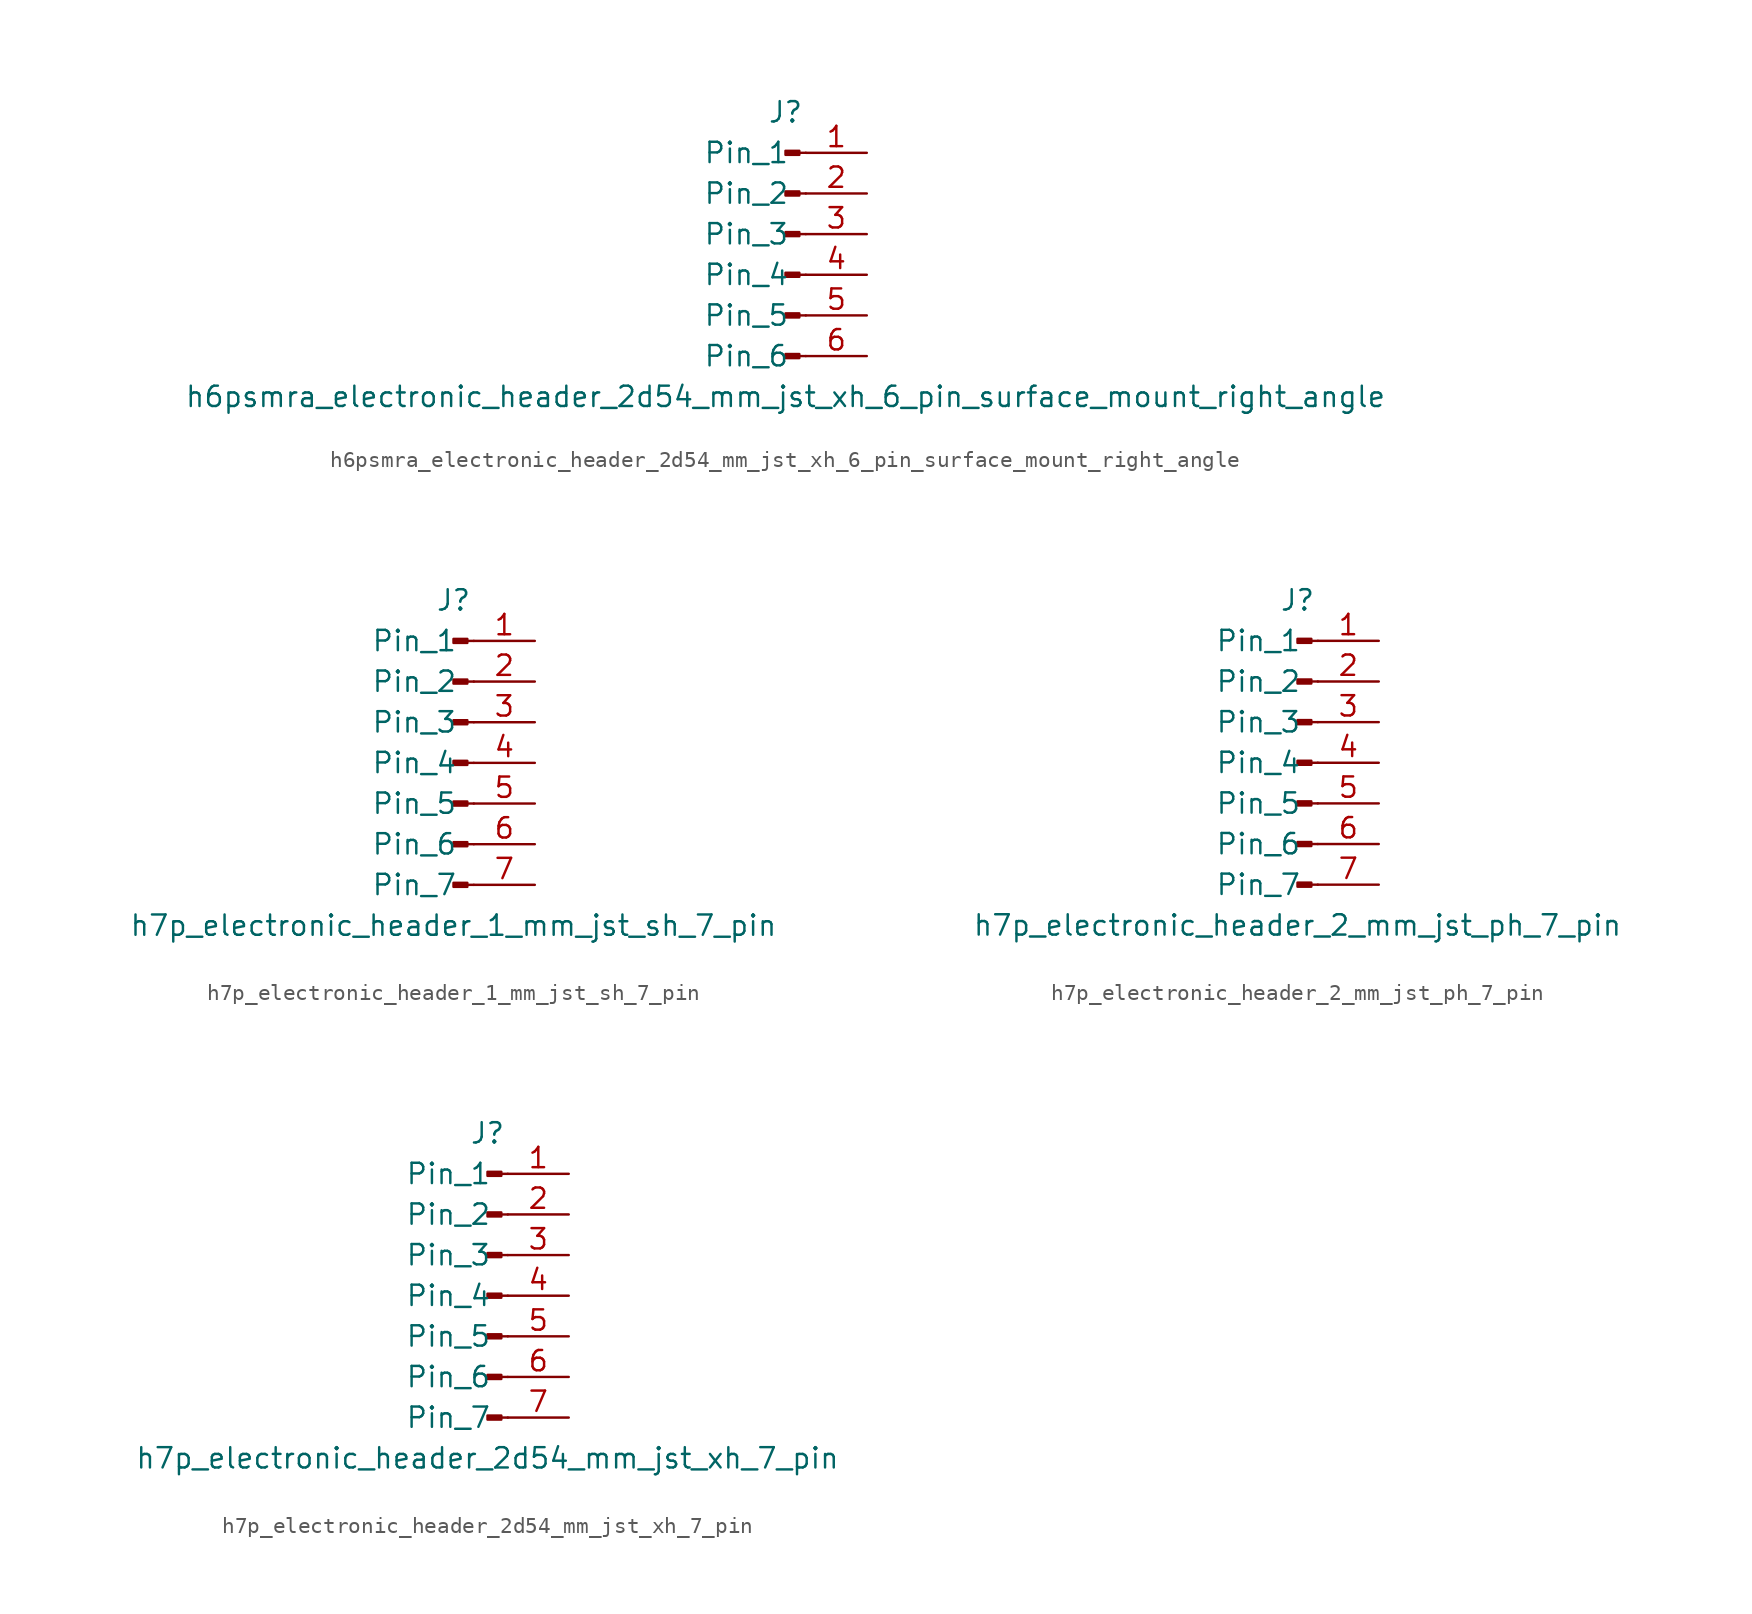
<source format=kicad_sym>
(kicad_symbol_lib
  (version 20220914)
  (generator kicad_symbol_editor)
  (symbol "h6psmra_electronic_header_2d54_mm_jst_xh_6_pin_surface_mount_right_angle"
    (pin_names
      (offset 1.016))
    (property "Reference" "J"
      (at 0 7.62 0)
      (effects (font (size 1.27 1.27))))
    (property "Value" "h6psmra_electronic_header_2d54_mm_jst_xh_6_pin_surface_mount_right_angle"
      (at 0 -10.16 0)
      (effects (font (size 1.27 1.27))))
    (property "ki_locked" ""
      (at 0 0 0)
      (effects (font (size 1.27 1.27))))
    (symbol "h6psmra_electronic_header_2d54_mm_jst_xh_6_pin_surface_mount_right_angle_1_1"
      (polyline (pts (xy 1.27 -7.62) (xy 0.864 -7.62)) (stroke (width 0.152) (type default)) (fill (type none)))
      (polyline (pts (xy 1.27 -5.08) (xy 0.864 -5.08)) (stroke (width 0.152) (type default)) (fill (type none)))
      (polyline (pts (xy 1.27 -2.54) (xy 0.864 -2.54)) (stroke (width 0.152) (type default)) (fill (type none)))
      (polyline (pts (xy 1.27 0) (xy 0.864 0)) (stroke (width 0.152) (type default)) (fill (type none)))
      (polyline (pts (xy 1.27 2.54) (xy 0.864 2.54)) (stroke (width 0.152) (type default)) (fill (type none)))
      (polyline (pts (xy 1.27 5.08) (xy 0.864 5.08)) (stroke (width 0.152) (type default)) (fill (type none)))
      (rectangle (start 0.864 -7.493) (end 0 -7.747) (stroke (width 0.152) (type default)) (fill (type outline)))
      (rectangle (start 0.864 -4.953) (end 0 -5.207) (stroke (width 0.152) (type default)) (fill (type outline)))
      (rectangle (start 0.864 -2.413) (end 0 -2.667) (stroke (width 0.152) (type default)) (fill (type outline)))
      (rectangle (start 0.864 0.127) (end 0 -0.127) (stroke (width 0.152) (type default)) (fill (type outline)))
      (rectangle (start 0.864 2.667) (end 0 2.413) (stroke (width 0.152) (type default)) (fill (type outline)))
      (rectangle (start 0.864 5.207) (end 0 4.953) (stroke (width 0.152) (type default)) (fill (type outline)))
      (pin passive line (at 5.08 5.08 180) (length 3.81) (name "Pin_1" (effects (font (size 1.27 1.27)))) (number "1" (effects (font (size 1.27 1.27)))))
      (pin passive line (at 5.08 2.54 180) (length 3.81) (name "Pin_2" (effects (font (size 1.27 1.27)))) (number "2" (effects (font (size 1.27 1.27)))))
      (pin passive line (at 5.08 0 180) (length 3.81) (name "Pin_3" (effects (font (size 1.27 1.27)))) (number "3" (effects (font (size 1.27 1.27)))))
      (pin passive line (at 5.08 -2.54 180) (length 3.81) (name "Pin_4" (effects (font (size 1.27 1.27)))) (number "4" (effects (font (size 1.27 1.27)))))
      (pin passive line (at 5.08 -5.08 180) (length 3.81) (name "Pin_5" (effects (font (size 1.27 1.27)))) (number "5" (effects (font (size 1.27 1.27)))))
      (pin passive line (at 5.08 -7.62 180) (length 3.81) (name "Pin_6" (effects (font (size 1.27 1.27)))) (number "6" (effects (font (size 1.27 1.27)))))))
  (symbol "h7p_electronic_header_1_mm_jst_sh_7_pin"
    (pin_names
      (offset 1.016))
    (property "Reference" "J"
      (at 0 10.16 0)
      (effects (font (size 1.27 1.27))))
    (property "Value" "h7p_electronic_header_1_mm_jst_sh_7_pin"
      (at 0 -10.16 0)
      (effects (font (size 1.27 1.27))))
    (property "ki_locked" ""
      (at 0 0 0)
      (effects (font (size 1.27 1.27))))
    (symbol "h7p_electronic_header_1_mm_jst_sh_7_pin_1_1"
      (polyline (pts (xy 1.27 -7.62) (xy 0.864 -7.62)) (stroke (width 0.152) (type default)) (fill (type none)))
      (polyline (pts (xy 1.27 -5.08) (xy 0.864 -5.08)) (stroke (width 0.152) (type default)) (fill (type none)))
      (polyline (pts (xy 1.27 -2.54) (xy 0.864 -2.54)) (stroke (width 0.152) (type default)) (fill (type none)))
      (polyline (pts (xy 1.27 0) (xy 0.864 0)) (stroke (width 0.152) (type default)) (fill (type none)))
      (polyline (pts (xy 1.27 2.54) (xy 0.864 2.54)) (stroke (width 0.152) (type default)) (fill (type none)))
      (polyline (pts (xy 1.27 5.08) (xy 0.864 5.08)) (stroke (width 0.152) (type default)) (fill (type none)))
      (polyline (pts (xy 1.27 7.62) (xy 0.864 7.62)) (stroke (width 0.152) (type default)) (fill (type none)))
      (rectangle (start 0.864 -7.493) (end 0 -7.747) (stroke (width 0.152) (type default)) (fill (type outline)))
      (rectangle (start 0.864 -4.953) (end 0 -5.207) (stroke (width 0.152) (type default)) (fill (type outline)))
      (rectangle (start 0.864 -2.413) (end 0 -2.667) (stroke (width 0.152) (type default)) (fill (type outline)))
      (rectangle (start 0.864 0.127) (end 0 -0.127) (stroke (width 0.152) (type default)) (fill (type outline)))
      (rectangle (start 0.864 2.667) (end 0 2.413) (stroke (width 0.152) (type default)) (fill (type outline)))
      (rectangle (start 0.864 5.207) (end 0 4.953) (stroke (width 0.152) (type default)) (fill (type outline)))
      (rectangle (start 0.864 7.747) (end 0 7.493) (stroke (width 0.152) (type default)) (fill (type outline)))
      (pin passive line (at 5.08 7.62 180) (length 3.81) (name "Pin_1" (effects (font (size 1.27 1.27)))) (number "1" (effects (font (size 1.27 1.27)))))
      (pin passive line (at 5.08 5.08 180) (length 3.81) (name "Pin_2" (effects (font (size 1.27 1.27)))) (number "2" (effects (font (size 1.27 1.27)))))
      (pin passive line (at 5.08 2.54 180) (length 3.81) (name "Pin_3" (effects (font (size 1.27 1.27)))) (number "3" (effects (font (size 1.27 1.27)))))
      (pin passive line (at 5.08 0 180) (length 3.81) (name "Pin_4" (effects (font (size 1.27 1.27)))) (number "4" (effects (font (size 1.27 1.27)))))
      (pin passive line (at 5.08 -2.54 180) (length 3.81) (name "Pin_5" (effects (font (size 1.27 1.27)))) (number "5" (effects (font (size 1.27 1.27)))))
      (pin passive line (at 5.08 -5.08 180) (length 3.81) (name "Pin_6" (effects (font (size 1.27 1.27)))) (number "6" (effects (font (size 1.27 1.27)))))
      (pin passive line (at 5.08 -7.62 180) (length 3.81) (name "Pin_7" (effects (font (size 1.27 1.27)))) (number "7" (effects (font (size 1.27 1.27)))))))
  (symbol "h7p_electronic_header_2_mm_jst_ph_7_pin"
    (pin_names
      (offset 1.016))
    (property "Reference" "J"
      (at 0 10.16 0)
      (effects (font (size 1.27 1.27))))
    (property "Value" "h7p_electronic_header_2_mm_jst_ph_7_pin"
      (at 0 -10.16 0)
      (effects (font (size 1.27 1.27))))
    (property "ki_locked" ""
      (at 0 0 0)
      (effects (font (size 1.27 1.27))))
    (symbol "h7p_electronic_header_2_mm_jst_ph_7_pin_1_1"
      (polyline (pts (xy 1.27 -7.62) (xy 0.864 -7.62)) (stroke (width 0.152) (type default)) (fill (type none)))
      (polyline (pts (xy 1.27 -5.08) (xy 0.864 -5.08)) (stroke (width 0.152) (type default)) (fill (type none)))
      (polyline (pts (xy 1.27 -2.54) (xy 0.864 -2.54)) (stroke (width 0.152) (type default)) (fill (type none)))
      (polyline (pts (xy 1.27 0) (xy 0.864 0)) (stroke (width 0.152) (type default)) (fill (type none)))
      (polyline (pts (xy 1.27 2.54) (xy 0.864 2.54)) (stroke (width 0.152) (type default)) (fill (type none)))
      (polyline (pts (xy 1.27 5.08) (xy 0.864 5.08)) (stroke (width 0.152) (type default)) (fill (type none)))
      (polyline (pts (xy 1.27 7.62) (xy 0.864 7.62)) (stroke (width 0.152) (type default)) (fill (type none)))
      (rectangle (start 0.864 -7.493) (end 0 -7.747) (stroke (width 0.152) (type default)) (fill (type outline)))
      (rectangle (start 0.864 -4.953) (end 0 -5.207) (stroke (width 0.152) (type default)) (fill (type outline)))
      (rectangle (start 0.864 -2.413) (end 0 -2.667) (stroke (width 0.152) (type default)) (fill (type outline)))
      (rectangle (start 0.864 0.127) (end 0 -0.127) (stroke (width 0.152) (type default)) (fill (type outline)))
      (rectangle (start 0.864 2.667) (end 0 2.413) (stroke (width 0.152) (type default)) (fill (type outline)))
      (rectangle (start 0.864 5.207) (end 0 4.953) (stroke (width 0.152) (type default)) (fill (type outline)))
      (rectangle (start 0.864 7.747) (end 0 7.493) (stroke (width 0.152) (type default)) (fill (type outline)))
      (pin passive line (at 5.08 7.62 180) (length 3.81) (name "Pin_1" (effects (font (size 1.27 1.27)))) (number "1" (effects (font (size 1.27 1.27)))))
      (pin passive line (at 5.08 5.08 180) (length 3.81) (name "Pin_2" (effects (font (size 1.27 1.27)))) (number "2" (effects (font (size 1.27 1.27)))))
      (pin passive line (at 5.08 2.54 180) (length 3.81) (name "Pin_3" (effects (font (size 1.27 1.27)))) (number "3" (effects (font (size 1.27 1.27)))))
      (pin passive line (at 5.08 0 180) (length 3.81) (name "Pin_4" (effects (font (size 1.27 1.27)))) (number "4" (effects (font (size 1.27 1.27)))))
      (pin passive line (at 5.08 -2.54 180) (length 3.81) (name "Pin_5" (effects (font (size 1.27 1.27)))) (number "5" (effects (font (size 1.27 1.27)))))
      (pin passive line (at 5.08 -5.08 180) (length 3.81) (name "Pin_6" (effects (font (size 1.27 1.27)))) (number "6" (effects (font (size 1.27 1.27)))))
      (pin passive line (at 5.08 -7.62 180) (length 3.81) (name "Pin_7" (effects (font (size 1.27 1.27)))) (number "7" (effects (font (size 1.27 1.27)))))))
  (symbol "h7p_electronic_header_2d54_mm_jst_xh_7_pin"
    (pin_names
      (offset 1.016))
    (property "Reference" "J"
      (at 0 10.16 0)
      (effects (font (size 1.27 1.27))))
    (property "Value" "h7p_electronic_header_2d54_mm_jst_xh_7_pin"
      (at 0 -10.16 0)
      (effects (font (size 1.27 1.27))))
    (property "ki_locked" ""
      (at 0 0 0)
      (effects (font (size 1.27 1.27))))
    (symbol "h7p_electronic_header_2d54_mm_jst_xh_7_pin_1_1"
      (polyline (pts (xy 1.27 -7.62) (xy 0.864 -7.62)) (stroke (width 0.152) (type default)) (fill (type none)))
      (polyline (pts (xy 1.27 -5.08) (xy 0.864 -5.08)) (stroke (width 0.152) (type default)) (fill (type none)))
      (polyline (pts (xy 1.27 -2.54) (xy 0.864 -2.54)) (stroke (width 0.152) (type default)) (fill (type none)))
      (polyline (pts (xy 1.27 0) (xy 0.864 0)) (stroke (width 0.152) (type default)) (fill (type none)))
      (polyline (pts (xy 1.27 2.54) (xy 0.864 2.54)) (stroke (width 0.152) (type default)) (fill (type none)))
      (polyline (pts (xy 1.27 5.08) (xy 0.864 5.08)) (stroke (width 0.152) (type default)) (fill (type none)))
      (polyline (pts (xy 1.27 7.62) (xy 0.864 7.62)) (stroke (width 0.152) (type default)) (fill (type none)))
      (rectangle (start 0.864 -7.493) (end 0 -7.747) (stroke (width 0.152) (type default)) (fill (type outline)))
      (rectangle (start 0.864 -4.953) (end 0 -5.207) (stroke (width 0.152) (type default)) (fill (type outline)))
      (rectangle (start 0.864 -2.413) (end 0 -2.667) (stroke (width 0.152) (type default)) (fill (type outline)))
      (rectangle (start 0.864 0.127) (end 0 -0.127) (stroke (width 0.152) (type default)) (fill (type outline)))
      (rectangle (start 0.864 2.667) (end 0 2.413) (stroke (width 0.152) (type default)) (fill (type outline)))
      (rectangle (start 0.864 5.207) (end 0 4.953) (stroke (width 0.152) (type default)) (fill (type outline)))
      (rectangle (start 0.864 7.747) (end 0 7.493) (stroke (width 0.152) (type default)) (fill (type outline)))
      (pin passive line (at 5.08 7.62 180) (length 3.81) (name "Pin_1" (effects (font (size 1.27 1.27)))) (number "1" (effects (font (size 1.27 1.27)))))
      (pin passive line (at 5.08 5.08 180) (length 3.81) (name "Pin_2" (effects (font (size 1.27 1.27)))) (number "2" (effects (font (size 1.27 1.27)))))
      (pin passive line (at 5.08 2.54 180) (length 3.81) (name "Pin_3" (effects (font (size 1.27 1.27)))) (number "3" (effects (font (size 1.27 1.27)))))
      (pin passive line (at 5.08 0 180) (length 3.81) (name "Pin_4" (effects (font (size 1.27 1.27)))) (number "4" (effects (font (size 1.27 1.27)))))
      (pin passive line (at 5.08 -2.54 180) (length 3.81) (name "Pin_5" (effects (font (size 1.27 1.27)))) (number "5" (effects (font (size 1.27 1.27)))))
      (pin passive line (at 5.08 -5.08 180) (length 3.81) (name "Pin_6" (effects (font (size 1.27 1.27)))) (number "6" (effects (font (size 1.27 1.27)))))
      (pin passive line (at 5.08 -7.62 180) (length 3.81) (name "Pin_7" (effects (font (size 1.27 1.27)))) (number "7" (effects (font (size 1.27 1.27))))))))
</source>
